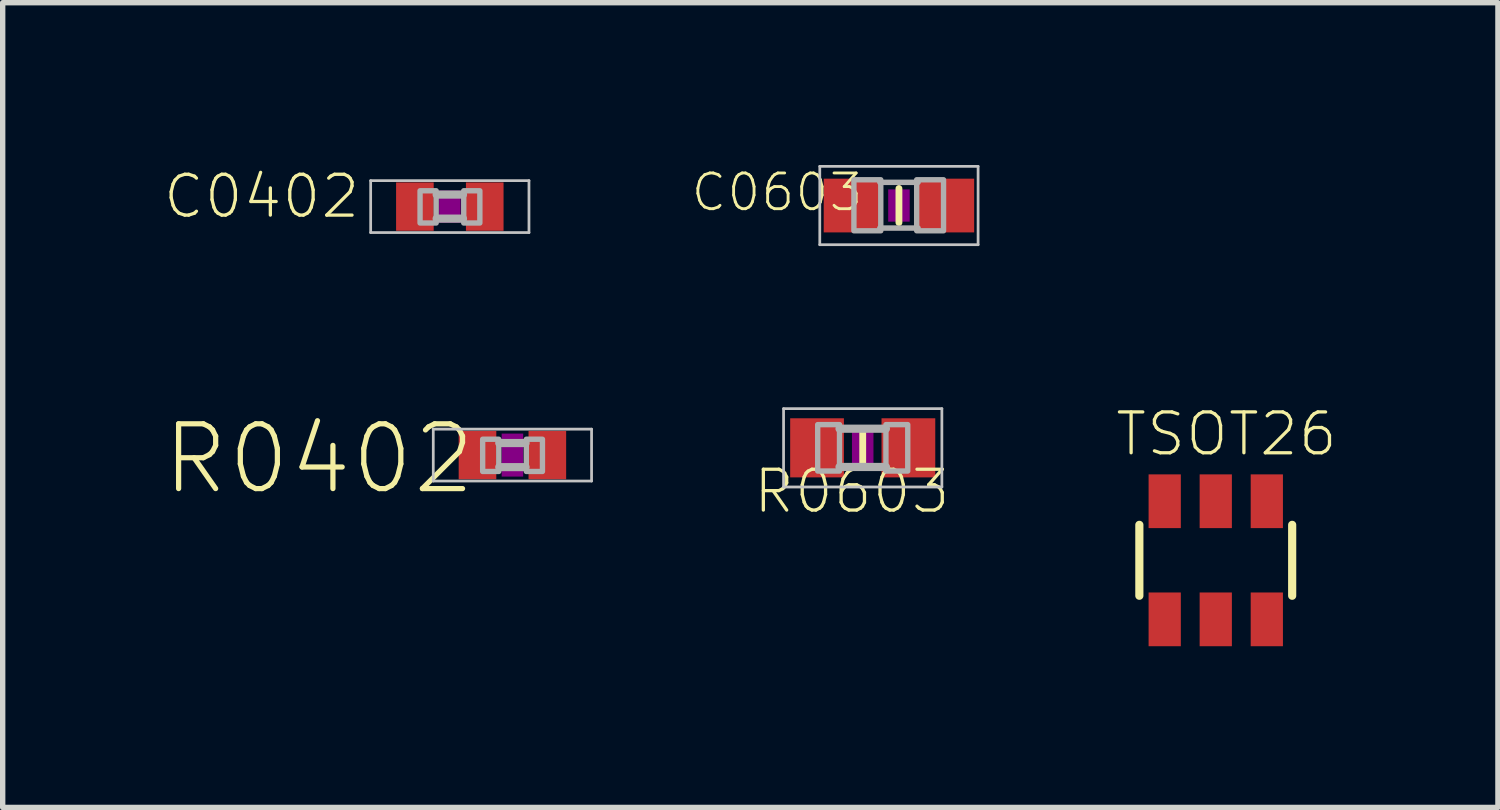
<source format=kicad_pcb>
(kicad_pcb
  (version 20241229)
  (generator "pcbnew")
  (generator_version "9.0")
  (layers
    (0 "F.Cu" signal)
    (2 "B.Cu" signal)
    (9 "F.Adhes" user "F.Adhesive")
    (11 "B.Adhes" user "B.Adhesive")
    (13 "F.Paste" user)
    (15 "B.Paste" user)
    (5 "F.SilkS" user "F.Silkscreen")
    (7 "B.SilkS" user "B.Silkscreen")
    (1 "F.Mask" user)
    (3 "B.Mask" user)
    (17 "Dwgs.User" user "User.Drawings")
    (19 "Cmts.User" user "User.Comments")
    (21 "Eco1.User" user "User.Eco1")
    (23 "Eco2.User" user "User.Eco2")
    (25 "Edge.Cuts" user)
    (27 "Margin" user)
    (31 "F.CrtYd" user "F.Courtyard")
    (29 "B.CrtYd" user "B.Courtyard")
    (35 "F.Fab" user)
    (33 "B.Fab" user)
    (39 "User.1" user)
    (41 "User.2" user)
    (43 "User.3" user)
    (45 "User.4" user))
  (footprint "C0603"
    (layer "F.Cu")
    (at 13.679 0.775)
    (property "Reference" "C0603" (at -0.635 -0.635 0) (layer "F.SilkS") (effects (font (size 0.665 0.665) (thickness 0.053)) (justify right top)))
    (attr through_hole)
    (fp_line (start 0 -0.318) (end 0 0.318) (stroke (width 0.127) (type solid)) (layer "F.SilkS"))
    (fp_poly (pts (xy -0.2 0.3) (xy 0.2 0.3) (xy 0.2 -0.3) (xy -0.2 -0.3)) (stroke (width 0) (type solid)) (fill yes) (layer "F.Adhes"))
    (fp_line (start -1.473 -0.729) (end 1.473 -0.729) (stroke (width 0.051) (type solid)) (layer "Dwgs.User"))
    (fp_line (start -1.473 0.729) (end -1.473 -0.729) (stroke (width 0.051) (type solid)) (layer "Dwgs.User"))
    (fp_line (start 1.473 -0.729) (end 1.473 0.729) (stroke (width 0.051) (type solid)) (layer "Dwgs.User"))
    (fp_line (start 1.473 0.729) (end -1.473 0.729) (stroke (width 0.051) (type solid)) (layer "Dwgs.User"))
    (fp_line (start -0.356 -0.432) (end 0.356 -0.432) (stroke (width 0.102) (type solid)) (layer "F.Fab"))
    (fp_line (start -0.356 0.419) (end 0.356 0.419) (stroke (width 0.102) (type solid)) (layer "F.Fab"))
    (fp_poly (pts (xy -0.838 0.47) (xy -0.338 0.47) (xy -0.338 -0.48) (xy -0.838 -0.48)) (stroke (width 0.1) (type solid)) (fill no) (layer "F.Fab"))
    (fp_poly (pts (xy 0.33 0.47) (xy 0.83 0.47) (xy 0.83 -0.48) (xy 0.33 -0.48)) (stroke (width 0.1) (type solid)) (fill no) (layer "F.Fab"))
    (pad "1" smd rect (at -0.85 0) (size 1.1 1) (layers "F.Cu" "F.Mask" "F.Paste"))
    (pad "2" smd rect (at 0.85 0) (size 1.1 1) (layers "F.Cu" "F.Mask" "F.Paste")))
  (footprint "R0603"
    (layer "F.Cu")
    (at 13.005 5.284)
    (property "Reference" "R0603" (at 1.665 0.365 0) (layer "F.SilkS") (effects (font (size 0.76 0.76) (thickness 0.061)) (justify right top)))
    (attr through_hole)
    (fp_line (start 0 -0.318) (end 0 0.318) (stroke (width 0.127) (type solid)) (layer "F.SilkS"))
    (fp_poly (pts (xy -0.2 0.4) (xy 0.2 0.4) (xy 0.2 -0.4) (xy -0.2 -0.4)) (stroke (width 0) (type solid)) (fill yes) (layer "F.Adhes"))
    (fp_line (start -1.473 -0.729) (end 1.473 -0.729) (stroke (width 0.051) (type solid)) (layer "Dwgs.User"))
    (fp_line (start -1.473 0.729) (end -1.473 -0.729) (stroke (width 0.051) (type solid)) (layer "Dwgs.User"))
    (fp_line (start 1.473 -0.729) (end 1.473 0.729) (stroke (width 0.051) (type solid)) (layer "Dwgs.User"))
    (fp_line (start 1.473 0.729) (end -1.473 0.729) (stroke (width 0.051) (type solid)) (layer "Dwgs.User"))
    (fp_line (start -0.432 0.356) (end 0.432 0.356) (stroke (width 0.152) (type solid)) (layer "F.Fab"))
    (fp_line (start 0.432 -0.356) (end -0.432 -0.356) (stroke (width 0.152) (type solid)) (layer "F.Fab"))
    (fp_poly (pts (xy -0.838 0.432) (xy -0.432 0.432) (xy -0.432 -0.432) (xy -0.838 -0.432)) (stroke (width 0.1) (type solid)) (fill no) (layer "F.Fab"))
    (fp_poly (pts (xy 0.432 0.432) (xy 0.838 0.432) (xy 0.838 -0.432) (xy 0.432 -0.432)) (stroke (width 0.1) (type solid)) (fill no) (layer "F.Fab"))
    (pad "1" smd rect (at -0.85 0) (size 1 1.1) (layers "F.Cu" "F.Mask" "F.Paste"))
    (pad "2" smd rect (at 0.85 0) (size 1 1.1) (layers "F.Cu" "F.Mask" "F.Paste")))
  (footprint "R0402"
    (layer "F.Cu")
    (at 6.486 5.419)
    (property "Reference" "R0402" (at -0.635 -0.635 180) (layer "F.SilkS") (effects (font (size 1.206 1.206) (thickness 0.097)) (justify right top)))
    (attr through_hole)
    (fp_poly (pts (xy -0.2 0.4) (xy 0.2 0.4) (xy 0.2 -0.4) (xy -0.2 -0.4)) (stroke (width 0) (type solid)) (fill yes) (layer "F.Adhes"))
    (fp_line (start -1.473 -0.483) (end 1.473 -0.483) (stroke (width 0.051) (type solid)) (layer "Dwgs.User"))
    (fp_line (start -1.473 0.483) (end -1.473 -0.483) (stroke (width 0.051) (type solid)) (layer "Dwgs.User"))
    (fp_line (start 1.473 -0.483) (end 1.473 0.483) (stroke (width 0.051) (type solid)) (layer "Dwgs.User"))
    (fp_line (start 1.473 0.483) (end -1.473 0.483) (stroke (width 0.051) (type solid)) (layer "Dwgs.User"))
    (fp_line (start -0.245 -0.224) (end 0.245 -0.224) (stroke (width 0.152) (type solid)) (layer "F.Fab"))
    (fp_line (start 0.245 0.224) (end -0.245 0.224) (stroke (width 0.152) (type solid)) (layer "F.Fab"))
    (fp_poly (pts (xy -0.554 0.305) (xy -0.254 0.305) (xy -0.254 -0.295) (xy -0.554 -0.295)) (stroke (width 0.1) (type solid)) (fill no) (layer "F.Fab"))
    (fp_poly (pts (xy 0.259 0.305) (xy 0.559 0.305) (xy 0.559 -0.295) (xy 0.259 -0.295)) (stroke (width 0.1) (type solid)) (fill no) (layer "F.Fab"))
    (pad "1" smd rect (at -0.65 0) (size 0.7 0.9) (layers "F.Cu" "F.Mask" "F.Paste"))
    (pad "2" smd rect (at 0.65 0) (size 0.7 0.9) (layers "F.Cu" "F.Mask" "F.Paste")))
  (footprint "TSOT26"
    (layer "F.Cu")
    (at 19.575 7.377)
    (property "Reference" "TSOT26" (at -1.905 -1.905 0) (layer "F.SilkS") (effects (font (size 0.76 0.76) (thickness 0.061)) (justify left bottom)))
    (attr through_hole)
    (fp_line (start -1.422 0.66) (end -1.422 -0.66) (stroke (width 0.152) (type solid)) (layer "F.SilkS"))
    (fp_line (start 1.422 -0.66) (end 1.422 0.66) (stroke (width 0.152) (type solid)) (layer "F.SilkS"))
    (pad "1" smd rect (at -0.95 1.099) (size 0.6 1) (layers "F.Cu" "F.Mask" "F.Paste"))
    (pad "2" smd rect (at 0 1.099) (size 0.6 1) (layers "F.Cu" "F.Mask" "F.Paste"))
    (pad "3" smd rect (at 0.95 1.099) (size 0.6 1) (layers "F.Cu" "F.Mask" "F.Paste"))
    (pad "4" smd rect (at 0.95 -1.099) (size 0.6 1) (layers "F.Cu" "F.Mask" "F.Paste"))
    (pad "5" smd rect (at 0 -1.099) (size 0.6 1) (layers "F.Cu" "F.Mask" "F.Paste"))
    (pad "6" smd rect (at -0.95 -1.099) (size 0.6 1) (layers "F.Cu" "F.Mask" "F.Paste")))
  (footprint "C0402"
    (layer "F.Cu")
    (at 5.321 0.795)
    (property "Reference" "C0402" (at -1.635 -0.635 180) (layer "F.SilkS") (effects (font (size 0.76 0.76) (thickness 0.061)) (justify right top)))
    (attr through_hole)
    (fp_poly (pts (xy -0.2 0.3) (xy 0.2 0.3) (xy 0.2 -0.3) (xy -0.2 -0.3)) (stroke (width 0) (type solid)) (fill yes) (layer "F.Adhes"))
    (fp_line (start -1.473 -0.483) (end 1.473 -0.483) (stroke (width 0.051) (type solid)) (layer "Dwgs.User"))
    (fp_line (start -1.473 0.483) (end -1.473 -0.483) (stroke (width 0.051) (type solid)) (layer "Dwgs.User"))
    (fp_line (start 1.473 -0.483) (end 1.473 0.483) (stroke (width 0.051) (type solid)) (layer "Dwgs.User"))
    (fp_line (start 1.473 0.483) (end -1.473 0.483) (stroke (width 0.051) (type solid)) (layer "Dwgs.User"))
    (fp_line (start -0.245 -0.224) (end 0.245 -0.224) (stroke (width 0.152) (type solid)) (layer "F.Fab"))
    (fp_line (start 0.245 0.224) (end -0.245 0.224) (stroke (width 0.152) (type solid)) (layer "F.Fab"))
    (fp_poly (pts (xy -0.554 0.305) (xy -0.254 0.305) (xy -0.254 -0.295) (xy -0.554 -0.295)) (stroke (width 0.1) (type solid)) (fill no) (layer "F.Fab"))
    (fp_poly (pts (xy 0.259 0.305) (xy 0.559 0.305) (xy 0.559 -0.295) (xy 0.259 -0.295)) (stroke (width 0.1) (type solid)) (fill no) (layer "F.Fab"))
    (pad "1" smd rect (at -0.65 0) (size 0.7 0.9) (layers "F.Cu" "F.Mask" "F.Paste"))
    (pad "2" smd rect (at 0.65 0) (size 0.7 0.9) (layers "F.Cu" "F.Mask" "F.Paste")))
  (gr_rect
    (start -3 -3)
    (end 24.826 11.976)
    (stroke (width 0.1) (type default))
    (fill no)
    (layer "Edge.Cuts")))
</source>
